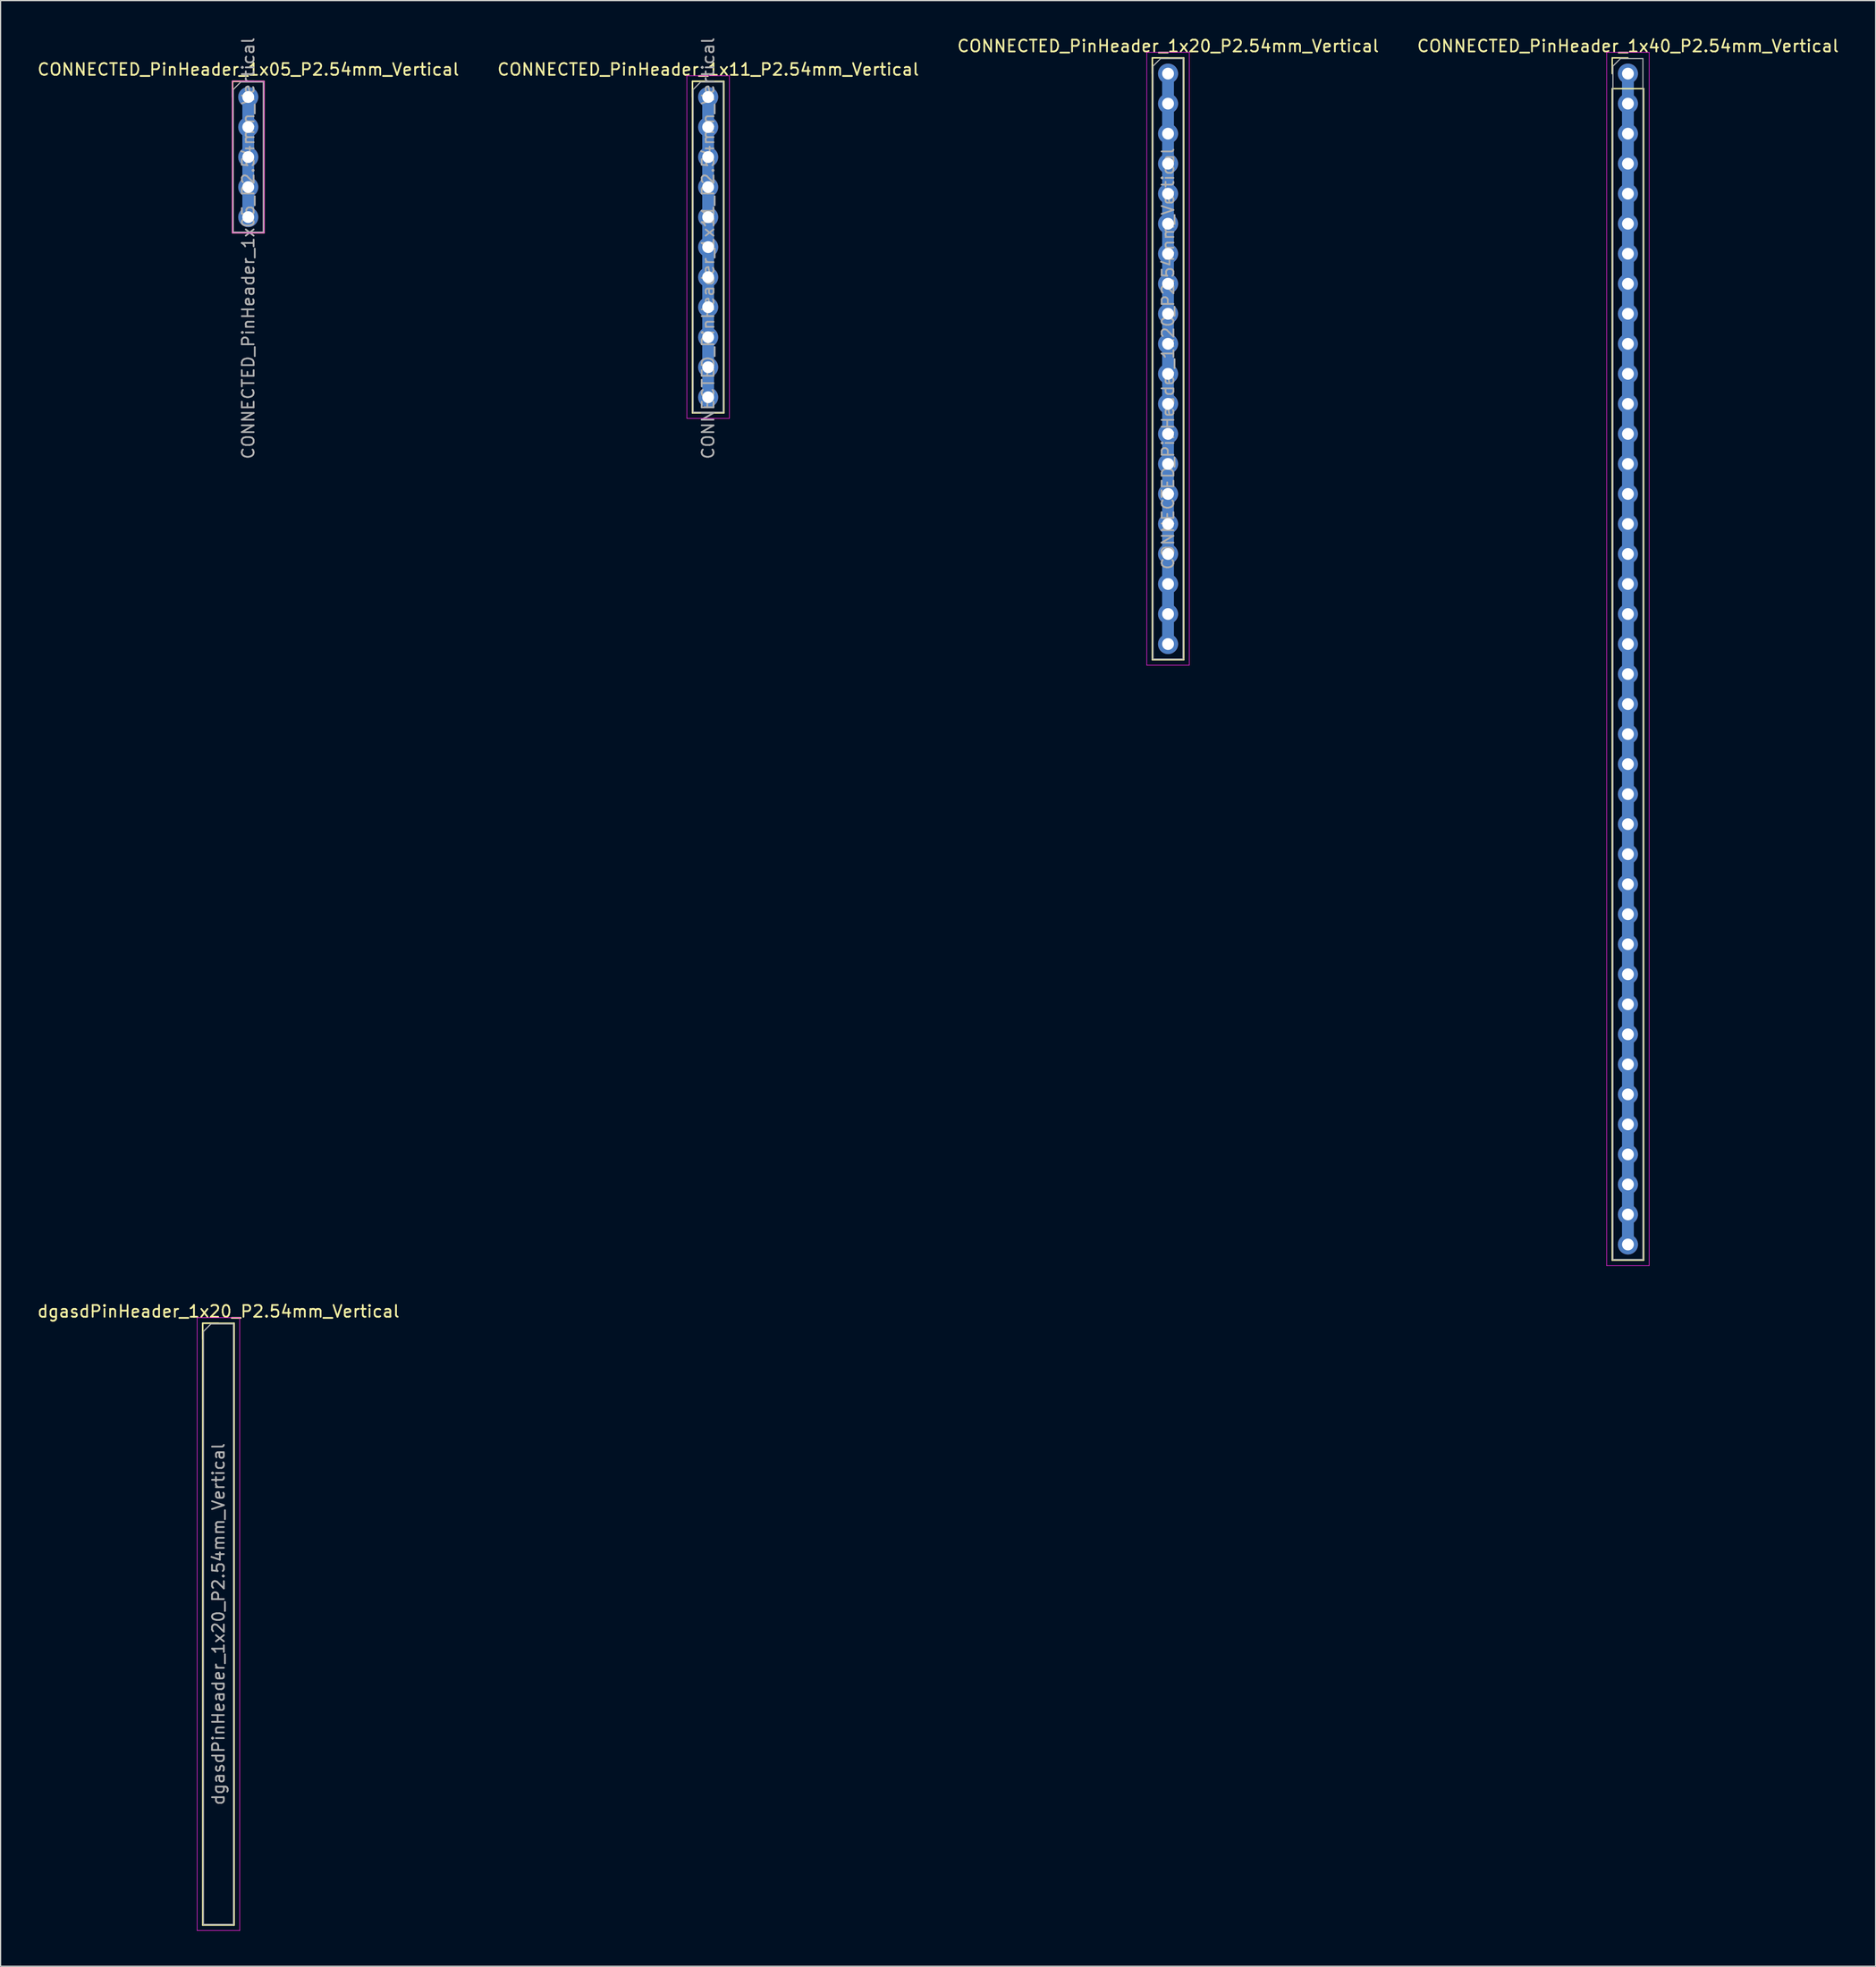
<source format=kicad_pcb>
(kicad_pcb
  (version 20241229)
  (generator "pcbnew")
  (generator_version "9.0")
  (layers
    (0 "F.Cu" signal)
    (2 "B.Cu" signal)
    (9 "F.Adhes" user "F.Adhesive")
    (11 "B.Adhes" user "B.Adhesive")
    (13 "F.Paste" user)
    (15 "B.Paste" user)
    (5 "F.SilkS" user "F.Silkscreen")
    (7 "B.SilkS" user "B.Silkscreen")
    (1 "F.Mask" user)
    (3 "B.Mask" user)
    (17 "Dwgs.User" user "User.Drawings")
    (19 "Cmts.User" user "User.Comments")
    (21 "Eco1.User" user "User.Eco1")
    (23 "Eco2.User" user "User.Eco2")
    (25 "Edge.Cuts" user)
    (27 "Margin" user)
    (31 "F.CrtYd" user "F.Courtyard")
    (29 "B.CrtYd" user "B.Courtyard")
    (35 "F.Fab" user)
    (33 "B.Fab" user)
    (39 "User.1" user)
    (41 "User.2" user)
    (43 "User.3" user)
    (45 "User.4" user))
  (footprint "CONNECTED_PinHeader_1x40_P2.54mm_Vertical"
    (layer "F.Cu")
    (at 134.708 3.178)
    (property "Reference" "CONNECTED_PinHeader_1x40_P2.54mm_Vertical" (at 0 -2.33 0) (layer "F.SilkS") (effects (font (size 1 1) (thickness 0.15))))
    (attr through_hole)
    (fp_line (start -1.33 -1.33) (end 0 -1.33) (stroke (width 0.12) (type solid)) (layer "F.SilkS"))
    (fp_line (start -1.33 0) (end -1.33 -1.33) (stroke (width 0.12) (type solid)) (layer "F.SilkS"))
    (fp_line (start -1.33 1.27) (end -1.33 100.39) (stroke (width 0.12) (type solid)) (layer "F.SilkS"))
    (fp_line (start -1.33 1.27) (end 1.33 1.27) (stroke (width 0.12) (type solid)) (layer "F.SilkS"))
    (fp_line (start -1.33 100.39) (end 1.33 100.39) (stroke (width 0.12) (type solid)) (layer "F.SilkS"))
    (fp_line (start 1.33 1.27) (end 1.33 100.39) (stroke (width 0.12) (type solid)) (layer "F.SilkS"))
    (fp_line (start -1.8 -1.8) (end -1.8 100.85) (stroke (width 0.05) (type solid)) (layer "F.CrtYd"))
    (fp_line (start -1.8 100.85) (end 1.8 100.85) (stroke (width 0.05) (type solid)) (layer "F.CrtYd"))
    (fp_line (start 1.8 -1.8) (end -1.8 -1.8) (stroke (width 0.05) (type solid)) (layer "F.CrtYd"))
    (fp_line (start 1.8 100.85) (end 1.8 -1.8) (stroke (width 0.05) (type solid)) (layer "F.CrtYd"))
    (fp_line (start -1.27 -0.635) (end -0.635 -1.27) (stroke (width 0.1) (type solid)) (layer "F.Fab"))
    (fp_line (start -1.27 100.33) (end -1.27 -0.635) (stroke (width 0.1) (type solid)) (layer "F.Fab"))
    (fp_line (start -0.635 -1.27) (end 1.27 -1.27) (stroke (width 0.1) (type solid)) (layer "F.Fab"))
    (fp_line (start 1.27 -1.27) (end 1.27 100.33) (stroke (width 0.1) (type solid)) (layer "F.Fab"))
    (fp_line (start 1.27 100.33) (end -1.27 100.33) (stroke (width 0.1) (type solid)) (layer "F.Fab"))
    (pad "1" thru_hole circle (at 0 0) (size 1.7 1.7) (drill 1) (layers "*.Cu" "*.Mask"))
    (pad "1" thru_hole circle (at 0 2.54) (size 1.7 1.7) (drill 1) (layers "*.Cu" "*.Mask"))
    (pad "1" thru_hole oval (at 0 5.08) (size 1.7 1.7) (drill 1) (layers "*.Cu" "*.Mask"))
    (pad "1" thru_hole circle (at 0 7.62) (size 1.7 1.7) (drill 1) (layers "*.Cu" "*.Mask"))
    (pad "1" thru_hole circle (at 0 10.16) (size 1.7 1.7) (drill 1) (layers "*.Cu" "*.Mask"))
    (pad "1" thru_hole oval (at 0 12.7) (size 1.7 1.7) (drill 1) (layers "*.Cu" "*.Mask"))
    (pad "1" thru_hole circle (at 0 15.24) (size 1.7 1.7) (drill 1) (layers "*.Cu" "*.Mask"))
    (pad "1" thru_hole circle (at 0 17.78) (size 1.7 1.7) (drill 1) (layers "*.Cu" "*.Mask"))
    (pad "1" thru_hole oval (at 0 20.32) (size 1.7 1.7) (drill 1) (layers "*.Cu" "*.Mask"))
    (pad "1" thru_hole circle (at 0 22.86) (size 1.7 1.7) (drill 1) (layers "*.Cu" "*.Mask"))
    (pad "1" thru_hole circle (at 0 25.4) (size 1.7 1.7) (drill 1) (layers "*.Cu" "*.Mask"))
    (pad "1" thru_hole oval (at 0 27.94) (size 1.7 1.7) (drill 1) (layers "*.Cu" "*.Mask"))
    (pad "1" thru_hole circle (at 0 30.48) (size 1.7 1.7) (drill 1) (layers "*.Cu" "*.Mask"))
    (pad "1" thru_hole circle (at 0 33.02) (size 1.7 1.7) (drill 1) (layers "*.Cu" "*.Mask"))
    (pad "1" thru_hole oval (at 0 35.56) (size 1.7 1.7) (drill 1) (layers "*.Cu" "*.Mask"))
    (pad "1" thru_hole circle (at 0 38.1) (size 1.7 1.7) (drill 1) (layers "*.Cu" "*.Mask"))
    (pad "1" thru_hole circle (at 0 40.64) (size 1.7 1.7) (drill 1) (layers "*.Cu" "*.Mask"))
    (pad "1" thru_hole oval (at 0 43.18) (size 1.7 1.7) (drill 1) (layers "*.Cu" "*.Mask"))
    (pad "1" thru_hole circle (at 0 45.72) (size 1.7 1.7) (drill 1) (layers "*.Cu" "*.Mask"))
    (pad "1" thru_hole circle (at 0 48.26) (size 1.7 1.7) (drill 1) (layers "*.Cu" "*.Mask"))
    (pad "1" connect rect (at 0 49.269) (size 1 99.462) (layers "B.Cu" "B.Mask"))
    (pad "1" thru_hole oval (at 0 50.8) (size 1.7 1.7) (drill 1) (layers "*.Cu" "*.Mask"))
    (pad "1" thru_hole circle (at 0 53.34) (size 1.7 1.7) (drill 1) (layers "*.Cu" "*.Mask"))
    (pad "1" thru_hole circle (at 0 55.88) (size 1.7 1.7) (drill 1) (layers "*.Cu" "*.Mask"))
    (pad "1" thru_hole oval (at 0 58.42) (size 1.7 1.7) (drill 1) (layers "*.Cu" "*.Mask"))
    (pad "1" thru_hole circle (at 0 60.96) (size 1.7 1.7) (drill 1) (layers "*.Cu" "*.Mask"))
    (pad "1" thru_hole circle (at 0 63.5) (size 1.7 1.7) (drill 1) (layers "*.Cu" "*.Mask"))
    (pad "1" thru_hole oval (at 0 66.04) (size 1.7 1.7) (drill 1) (layers "*.Cu" "*.Mask"))
    (pad "1" thru_hole circle (at 0 68.58) (size 1.7 1.7) (drill 1) (layers "*.Cu" "*.Mask"))
    (pad "1" thru_hole circle (at 0 71.12) (size 1.7 1.7) (drill 1) (layers "*.Cu" "*.Mask"))
    (pad "1" thru_hole oval (at 0 73.66) (size 1.7 1.7) (drill 1) (layers "*.Cu" "*.Mask"))
    (pad "1" thru_hole circle (at 0 76.2) (size 1.7 1.7) (drill 1) (layers "*.Cu" "*.Mask"))
    (pad "1" thru_hole circle (at 0 78.74) (size 1.7 1.7) (drill 1) (layers "*.Cu" "*.Mask"))
    (pad "1" thru_hole oval (at 0 81.28) (size 1.7 1.7) (drill 1) (layers "*.Cu" "*.Mask"))
    (pad "1" thru_hole circle (at 0 83.82) (size 1.7 1.7) (drill 1) (layers "*.Cu" "*.Mask"))
    (pad "1" thru_hole circle (at 0 86.36) (size 1.7 1.7) (drill 1) (layers "*.Cu" "*.Mask"))
    (pad "1" thru_hole oval (at 0 88.9) (size 1.7 1.7) (drill 1) (layers "*.Cu" "*.Mask"))
    (pad "1" thru_hole circle (at 0 91.44) (size 1.7 1.7) (drill 1) (layers "*.Cu" "*.Mask"))
    (pad "1" thru_hole circle (at 0 93.98) (size 1.7 1.7) (drill 1) (layers "*.Cu" "*.Mask"))
    (pad "1" thru_hole oval (at 0 96.52) (size 1.7 1.7) (drill 1) (layers "*.Cu" "*.Mask"))
    (pad "1" thru_hole circle (at 0 99.06) (size 1.7 1.7) (drill 1) (layers "*.Cu" "*.Mask")))
  (footprint "dgasdPinHeader_1x20_P2.54mm_Vertical"
    (layer "F.Cu")
    (at 15.435 110.231)
    (property "Reference" "dgasdPinHeader_1x20_P2.54mm_Vertical" (at 0 -2.33 0) (layer "F.SilkS") (effects (font (size 1 1) (thickness 0.15))))
    (attr through_hole)
    (fp_line (start -1.33 -1.33) (end -1.33 49.59) (stroke (width 0.12) (type solid)) (layer "F.SilkS"))
    (fp_line (start -1.33 -1.33) (end 0 -1.33) (stroke (width 0.12) (type solid)) (layer "F.SilkS"))
    (fp_line (start -1.33 -1.33) (end 1.33 -1.33) (stroke (width 0.12) (type solid)) (layer "F.SilkS"))
    (fp_line (start -1.33 0) (end -1.33 -1.33) (stroke (width 0.12) (type solid)) (layer "F.SilkS"))
    (fp_line (start -1.33 49.59) (end 1.33 49.59) (stroke (width 0.12) (type solid)) (layer "F.SilkS"))
    (fp_line (start 1.33 -1.33) (end 1.33 49.59) (stroke (width 0.12) (type solid)) (layer "F.SilkS"))
    (fp_line (start -1.8 -1.8) (end -1.8 50.05) (stroke (width 0.05) (type solid)) (layer "F.CrtYd"))
    (fp_line (start -1.8 50.05) (end 1.8 50.05) (stroke (width 0.05) (type solid)) (layer "F.CrtYd"))
    (fp_line (start 1.8 -1.8) (end -1.8 -1.8) (stroke (width 0.05) (type solid)) (layer "F.CrtYd"))
    (fp_line (start 1.8 50.05) (end 1.8 -1.8) (stroke (width 0.05) (type solid)) (layer "F.CrtYd"))
    (fp_line (start -1.27 -0.635) (end -0.635 -1.27) (stroke (width 0.1) (type solid)) (layer "F.Fab"))
    (fp_line (start -1.27 49.53) (end -1.27 -0.635) (stroke (width 0.1) (type solid)) (layer "F.Fab"))
    (fp_line (start -0.635 -1.27) (end 1.27 -1.27) (stroke (width 0.1) (type solid)) (layer "F.Fab"))
    (fp_line (start 1.27 -1.27) (end 1.27 49.53) (stroke (width 0.1) (type solid)) (layer "F.Fab"))
    (fp_line (start 1.27 49.53) (end -1.27 49.53) (stroke (width 0.1) (type solid)) (layer "F.Fab"))
    (fp_text user "${REFERENCE}" (at 0 24.13 90) (layer "F.Fab") (effects (font (size 1 1) (thickness 0.15)))))
  (footprint "CONNECTED_PinHeader_1x11_P2.54mm_Vertical"
    (layer "F.Cu")
    (at 56.875 5.158)
    (property "Reference" "CONNECTED_PinHeader_1x11_P2.54mm_Vertical" (at 0 -2.33 0) (layer "F.SilkS") (effects (font (size 1 1) (thickness 0.15))))
    (attr through_hole)
    (fp_line (start -1.33 -1.33) (end -1.33 26.73) (stroke (width 0.12) (type solid)) (layer "F.SilkS"))
    (fp_line (start -1.33 -1.33) (end 0 -1.33) (stroke (width 0.12) (type solid)) (layer "F.SilkS"))
    (fp_line (start -1.33 -1.33) (end 1.33 -1.33) (stroke (width 0.12) (type solid)) (layer "F.SilkS"))
    (fp_line (start -1.33 0) (end -1.33 -1.33) (stroke (width 0.12) (type solid)) (layer "F.SilkS"))
    (fp_line (start -1.33 26.73) (end 1.33 26.73) (stroke (width 0.12) (type solid)) (layer "F.SilkS"))
    (fp_line (start 1.33 -1.33) (end 1.33 26.73) (stroke (width 0.12) (type solid)) (layer "F.SilkS"))
    (fp_line (start -1.8 -1.8) (end -1.8 27.19) (stroke (width 0.05) (type solid)) (layer "F.CrtYd"))
    (fp_line (start -1.8 27.19) (end 1.8 27.19) (stroke (width 0.05) (type solid)) (layer "F.CrtYd"))
    (fp_line (start 1.8 -1.8) (end -1.8 -1.8) (stroke (width 0.05) (type solid)) (layer "F.CrtYd"))
    (fp_line (start 1.8 27.19) (end 1.8 -1.8) (stroke (width 0.05) (type solid)) (layer "F.CrtYd"))
    (fp_line (start -1.27 -0.635) (end -0.635 -1.27) (stroke (width 0.1) (type solid)) (layer "F.Fab"))
    (fp_line (start -1.27 26.67) (end -1.27 -0.635) (stroke (width 0.1) (type solid)) (layer "F.Fab"))
    (fp_line (start -0.635 -1.27) (end 1.27 -1.27) (stroke (width 0.1) (type solid)) (layer "F.Fab"))
    (fp_line (start 1.27 -1.27) (end 1.27 26.67) (stroke (width 0.1) (type solid)) (layer "F.Fab"))
    (fp_line (start 1.27 26.67) (end -1.27 26.67) (stroke (width 0.1) (type solid)) (layer "F.Fab"))
    (fp_text user "${REFERENCE}" (at 0 12.8 90) (layer "F.Fab") (effects (font (size 1 1) (thickness 0.15))))
    (pad "1" thru_hole circle (at 0 0) (size 1.7 1.7) (drill 1) (layers "*.Cu" "*.Mask"))
    (pad "1" thru_hole circle (at 0 2.54) (size 1.7 1.7) (drill 1) (layers "*.Cu" "*.Mask"))
    (pad "1" thru_hole oval (at 0 5.08) (size 1.7 1.7) (drill 1) (layers "*.Cu" "*.Mask"))
    (pad "1" thru_hole circle (at 0 7.62) (size 1.7 1.7) (drill 1) (layers "*.Cu" "*.Mask"))
    (pad "1" thru_hole circle (at 0 10.16) (size 1.7 1.7) (drill 1) (layers "*.Cu" "*.Mask"))
    (pad "1" connect rect (at 0 12.7) (size 1 26.19) (layers "B.Cu" "B.Mask"))
    (pad "1" thru_hole circle (at 0 12.7) (size 1.7 1.7) (drill 1) (layers "*.Cu" "*.Mask"))
    (pad "1" thru_hole circle (at 0 15.24) (size 1.7 1.7) (drill 1) (layers "*.Cu" "*.Mask"))
    (pad "1" thru_hole circle (at 0 17.78) (size 1.7 1.7) (drill 1) (layers "*.Cu" "*.Mask"))
    (pad "1" thru_hole oval (at 0 20.32) (size 1.7 1.7) (drill 1) (layers "*.Cu" "*.Mask"))
    (pad "1" thru_hole circle (at 0 22.86) (size 1.7 1.7) (drill 1) (layers "*.Cu" "*.Mask"))
    (pad "1" thru_hole circle (at 0 25.4) (size 1.7 1.7) (drill 1) (layers "*.Cu" "*.Mask")))
  (footprint "CONNECTED_PinHeader_1x20_P2.54mm_Vertical"
    (layer "F.Cu")
    (at 95.792 3.178)
    (property "Reference" "CONNECTED_PinHeader_1x20_P2.54mm_Vertical" (at 0 -2.33 0) (layer "F.SilkS") (effects (font (size 1 1) (thickness 0.15))))
    (attr through_hole)
    (fp_line (start -1.33 -1.33) (end -1.33 49.59) (stroke (width 0.12) (type solid)) (layer "F.SilkS"))
    (fp_line (start -1.33 -1.33) (end 0 -1.33) (stroke (width 0.12) (type solid)) (layer "F.SilkS"))
    (fp_line (start -1.33 -1.33) (end 1.33 -1.33) (stroke (width 0.12) (type solid)) (layer "F.SilkS"))
    (fp_line (start -1.33 0) (end -1.33 -1.33) (stroke (width 0.12) (type solid)) (layer "F.SilkS"))
    (fp_line (start -1.33 49.59) (end 1.33 49.59) (stroke (width 0.12) (type solid)) (layer "F.SilkS"))
    (fp_line (start 1.33 -1.33) (end 1.33 49.59) (stroke (width 0.12) (type solid)) (layer "F.SilkS"))
    (fp_line (start -1.8 -1.8) (end -1.8 50.05) (stroke (width 0.05) (type solid)) (layer "F.CrtYd"))
    (fp_line (start -1.8 50.05) (end 1.8 50.05) (stroke (width 0.05) (type solid)) (layer "F.CrtYd"))
    (fp_line (start 1.8 -1.8) (end -1.8 -1.8) (stroke (width 0.05) (type solid)) (layer "F.CrtYd"))
    (fp_line (start 1.8 50.05) (end 1.8 -1.8) (stroke (width 0.05) (type solid)) (layer "F.CrtYd"))
    (fp_line (start -1.27 -0.635) (end -0.635 -1.27) (stroke (width 0.1) (type solid)) (layer "F.Fab"))
    (fp_line (start -1.27 49.53) (end -1.27 -0.635) (stroke (width 0.1) (type solid)) (layer "F.Fab"))
    (fp_line (start -0.635 -1.27) (end 1.27 -1.27) (stroke (width 0.1) (type solid)) (layer "F.Fab"))
    (fp_line (start 1.27 -1.27) (end 1.27 49.53) (stroke (width 0.1) (type solid)) (layer "F.Fab"))
    (fp_line (start 1.27 49.53) (end -1.27 49.53) (stroke (width 0.1) (type solid)) (layer "F.Fab"))
    (fp_text user "${REFERENCE}" (at 0 24.13 90) (layer "F.Fab") (effects (font (size 1 1) (thickness 0.15))))
    (pad "1" thru_hole circle (at 0 0) (size 1.7 1.7) (drill 1) (layers "*.Cu" "*.Mask"))
    (pad "1" thru_hole circle (at 0 2.54) (size 1.7 1.7) (drill 1) (layers "*.Cu" "*.Mask"))
    (pad "1" thru_hole oval (at 0 5.08) (size 1.7 1.7) (drill 1) (layers "*.Cu" "*.Mask"))
    (pad "1" thru_hole circle (at 0 7.62) (size 1.7 1.7) (drill 1) (layers "*.Cu" "*.Mask"))
    (pad "1" thru_hole circle (at 0 10.16) (size 1.7 1.7) (drill 1) (layers "*.Cu" "*.Mask"))
    (pad "1" thru_hole oval (at 0 12.7) (size 1.7 1.7) (drill 1) (layers "*.Cu" "*.Mask"))
    (pad "1" thru_hole circle (at 0 15.24) (size 1.7 1.7) (drill 1) (layers "*.Cu" "*.Mask"))
    (pad "1" thru_hole circle (at 0 17.78) (size 1.7 1.7) (drill 1) (layers "*.Cu" "*.Mask"))
    (pad "1" thru_hole oval (at 0 20.32) (size 1.7 1.7) (drill 1) (layers "*.Cu" "*.Mask"))
    (pad "1" thru_hole circle (at 0 22.86) (size 1.7 1.7) (drill 1) (layers "*.Cu" "*.Mask"))
    (pad "1" connect rect (at 0 24.075) (size 1 49.05) (layers "B.Cu" "B.Mask"))
    (pad "1" thru_hole circle (at 0 25.4) (size 1.7 1.7) (drill 1) (layers "*.Cu" "*.Mask"))
    (pad "1" thru_hole oval (at 0 27.94) (size 1.7 1.7) (drill 1) (layers "*.Cu" "*.Mask"))
    (pad "1" thru_hole circle (at 0 30.48) (size 1.7 1.7) (drill 1) (layers "*.Cu" "*.Mask"))
    (pad "1" thru_hole circle (at 0 33.02) (size 1.7 1.7) (drill 1) (layers "*.Cu" "*.Mask"))
    (pad "1" thru_hole oval (at 0 35.56) (size 1.7 1.7) (drill 1) (layers "*.Cu" "*.Mask"))
    (pad "1" thru_hole circle (at 0 38.1) (size 1.7 1.7) (drill 1) (layers "*.Cu" "*.Mask"))
    (pad "1" thru_hole circle (at 0 40.64) (size 1.7 1.7) (drill 1) (layers "*.Cu" "*.Mask"))
    (pad "1" thru_hole oval (at 0 43.18) (size 1.7 1.7) (drill 1) (layers "*.Cu" "*.Mask"))
    (pad "1" thru_hole circle (at 0 45.72) (size 1.7 1.7) (drill 1) (layers "*.Cu" "*.Mask"))
    (pad "1" thru_hole circle (at 0 48.26) (size 1.7 1.7) (drill 1) (layers "*.Cu" "*.Mask")))
  (footprint "CONNECTED_PinHeader_1x05_P2.54mm_Vertical"
    (layer "F.Cu")
    (at 17.958 5.158)
    (property "Reference" "CONNECTED_PinHeader_1x05_P2.54mm_Vertical" (at 0 -2.33 0) (layer "F.SilkS") (effects (font (size 1 1) (thickness 0.15))))
    (attr through_hole)
    (fp_line (start -1.33 -1.33) (end -1.33 11.49) (stroke (width 0.12) (type solid)) (layer "F.SilkS"))
    (fp_line (start -1.33 -1.33) (end 0 -1.33) (stroke (width 0.12) (type solid)) (layer "F.SilkS"))
    (fp_line (start -1.33 -1.33) (end 1.33 -1.33) (stroke (width 0.12) (type solid)) (layer "F.SilkS"))
    (fp_line (start -1.33 0) (end -1.33 -1.33) (stroke (width 0.12) (type solid)) (layer "F.SilkS"))
    (fp_line (start -1.33 11.49) (end 1.33 11.49) (stroke (width 0.12) (type solid)) (layer "F.SilkS"))
    (fp_line (start 1.33 -1.33) (end 1.33 11.49) (stroke (width 0.12) (type solid)) (layer "F.SilkS"))
    (fp_rect (start -1.35 -1.35) (end 1.35 11.5) (stroke (width 0.05) (type default)) (fill no) (layer "F.CrtYd"))
    (fp_line (start -1.27 -0.635) (end -0.635 -1.27) (stroke (width 0.1) (type solid)) (layer "F.Fab"))
    (fp_line (start -1.27 11.43) (end -1.27 -0.635) (stroke (width 0.1) (type solid)) (layer "F.Fab"))
    (fp_line (start -0.635 -1.27) (end 1.27 -1.27) (stroke (width 0.1) (type solid)) (layer "F.Fab"))
    (fp_line (start 1.27 -1.27) (end 1.27 11.43) (stroke (width 0.1) (type solid)) (layer "F.Fab"))
    (fp_line (start 1.27 11.43) (end -1.27 11.43) (stroke (width 0.1) (type solid)) (layer "F.Fab"))
    (fp_text user "${REFERENCE}" (at 0 12.8 90) (layer "F.Fab") (effects (font (size 1 1) (thickness 0.15))))
    (pad "1" thru_hole circle (at 0 0) (size 1.7 1.7) (drill 1) (layers "*.Cu" "*.Mask"))
    (pad "1" thru_hole circle (at 0 2.54) (size 1.7 1.7) (drill 1) (layers "*.Cu" "*.Mask"))
    (pad "1" connect rect (at 0 5.08) (size 1 10.95) (layers "B.Cu" "B.Mask"))
    (pad "1" thru_hole oval (at 0 5.08) (size 1.7 1.7) (drill 1) (layers "*.Cu" "*.Mask"))
    (pad "1" thru_hole circle (at 0 7.62) (size 1.7 1.7) (drill 1) (layers "*.Cu" "*.Mask"))
    (pad "1" thru_hole circle (at 0 10.16) (size 1.7 1.7) (drill 1) (layers "*.Cu" "*.Mask")))
  (gr_rect
    (start -3 -3)
    (end 155.667 163.306)
    (stroke (width 0.1) (type default))
    (fill no)
    (layer "Edge.Cuts")))
</source>
